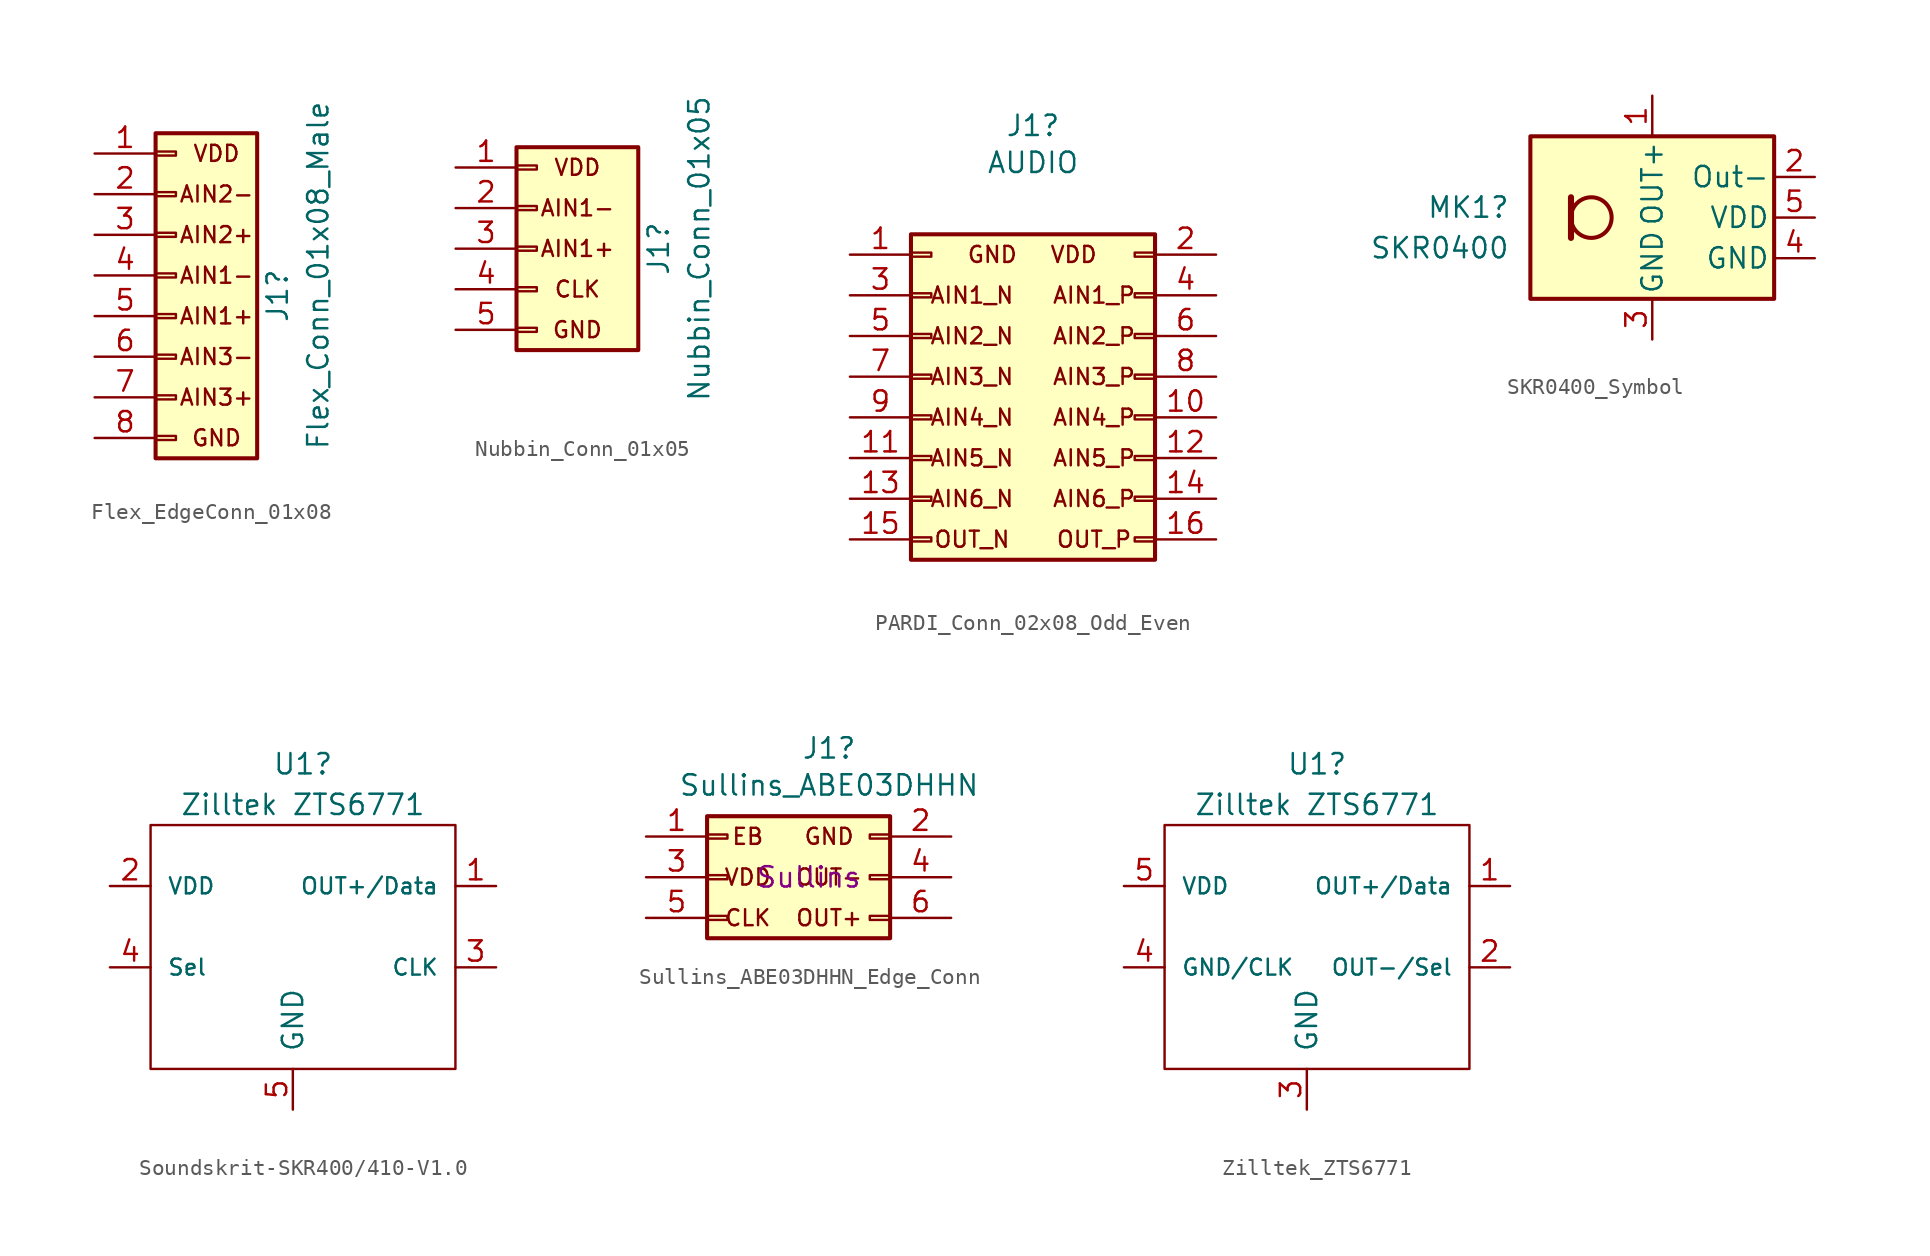
<source format=kicad_sym>
(kicad_symbol_lib
  (version 20231120)
  (generator "kicad_symbol_editor")
  (generator_version "8.0")
  (symbol "Flex_EdgeConn_01x08"
    (pin_names
      (offset 1.016) hide)
    (property "Reference" "J1"
      (at 6.35 -1.27 90)
      (effects (font (size 1.27 1.27))))
    (property "Value" "Flex_Conn_01x08_Male"
      (at 8.89 0 90)
      (effects (font (size 1.27 1.27))))
    (symbol "Flex_EdgeConn_01x08_1_1"
      (rectangle (start -1.27 -10.033) (end 0 -10.287) (stroke (width 0.152) (type default)) (fill (type none)))
      (rectangle (start -1.27 -7.493) (end 0 -7.747) (stroke (width 0.152) (type default)) (fill (type none)))
      (rectangle (start -1.27 -4.953) (end 0 -5.207) (stroke (width 0.152) (type default)) (fill (type none)))
      (rectangle (start -1.27 -2.413) (end 0 -2.667) (stroke (width 0.152) (type default)) (fill (type none)))
      (rectangle (start -1.27 0.127) (end 0 -0.127) (stroke (width 0.152) (type default)) (fill (type none)))
      (rectangle (start -1.27 2.667) (end 0 2.413) (stroke (width 0.152) (type default)) (fill (type none)))
      (rectangle (start -1.27 5.207) (end 0 4.953) (stroke (width 0.152) (type default)) (fill (type none)))
      (rectangle (start -1.27 7.747) (end 0 7.493) (stroke (width 0.152) (type default)) (fill (type none)))
      (rectangle (start -1.27 8.89) (end 5.08 -11.43) (stroke (width 0.254) (type default)) (fill (type background)))
      (text "AIN1+" (at 2.54 -2.54 0) (effects (font (size 1 1))))
      (text "AIN1-" (at 2.54 0 0) (effects (font (size 1 1))))
      (text "AIN2+" (at 2.54 2.54 0) (effects (font (size 1 1))))
      (text "AIN2-" (at 2.54 5.08 0) (effects (font (size 1 1))))
      (text "AIN3+" (at 2.54 -7.62 0) (effects (font (size 1 1))))
      (text "AIN3-" (at 2.54 -5.08 0) (effects (font (size 1 1))))
      (text "GND" (at 2.54 -10.16 0) (effects (font (size 1 1))))
      (text "VDD" (at 2.54 7.62 0) (effects (font (size 1 1))))
      (pin passive line (at -5.08 7.62 0) (length 3.81) (name "Pin_1" (effects (font (size 1.27 1.27)))) (number "1" (effects (font (size 1.27 1.27)))))
      (pin passive line (at -5.08 5.08 0) (length 3.81) (name "Pin_2" (effects (font (size 1.27 1.27)))) (number "2" (effects (font (size 1.27 1.27)))))
      (pin passive line (at -5.08 2.54 0) (length 3.81) (name "Pin_3" (effects (font (size 1.27 1.27)))) (number "3" (effects (font (size 1.27 1.27)))))
      (pin passive line (at -5.08 0 0) (length 3.81) (name "Pin_4" (effects (font (size 1.27 1.27)))) (number "4" (effects (font (size 1.27 1.27)))))
      (pin passive line (at -5.08 -2.54 0) (length 3.81) (name "Pin_5" (effects (font (size 1.27 1.27)))) (number "5" (effects (font (size 1.27 1.27)))))
      (pin passive line (at -5.08 -5.08 0) (length 3.81) (name "Pin_6" (effects (font (size 1.27 1.27)))) (number "6" (effects (font (size 1.27 1.27)))))
      (pin passive line (at -5.08 -7.62 0) (length 3.81) (name "Pin_7" (effects (font (size 1.27 1.27)))) (number "7" (effects (font (size 1.27 1.27)))))
      (pin passive line (at -5.08 -10.16 0) (length 3.81) (name "Pin_8" (effects (font (size 1.27 1.27)))) (number "8" (effects (font (size 1.27 1.27)))))))
  (symbol "Nubbin_Conn_01x05"
    (pin_names
      (offset 1.016) hide)
    (property "Reference" "J1"
      (at 7.62 0 90)
      (effects (font (size 1.27 1.27))))
    (property "Value" "Nubbin_Conn_01x05"
      (at 10.16 0 90)
      (effects (font (size 1.27 1.27))))
    (symbol "Nubbin_Conn_01x05_1_1"
      (rectangle (start -1.27 -4.953) (end 0 -5.207) (stroke (width 0.152) (type default)) (fill (type none)))
      (rectangle (start -1.27 -2.413) (end 0 -2.667) (stroke (width 0.152) (type default)) (fill (type none)))
      (rectangle (start -1.27 0.127) (end 0 -0.127) (stroke (width 0.152) (type default)) (fill (type none)))
      (rectangle (start -1.27 2.667) (end 0 2.413) (stroke (width 0.152) (type default)) (fill (type none)))
      (rectangle (start -1.27 5.207) (end 0 4.953) (stroke (width 0.152) (type default)) (fill (type none)))
      (rectangle (start -1.27 6.35) (end 6.35 -6.35) (stroke (width 0.254) (type default)) (fill (type background)))
      (text "AIN1+" (at 2.54 0 0) (effects (font (size 1 1))))
      (text "AIN1-" (at 2.54 2.54 0) (effects (font (size 1 1))))
      (text "CLK" (at 2.54 -2.54 0) (effects (font (size 1 1))))
      (text "GND" (at 2.54 -5.08 0) (effects (font (size 1 1))))
      (text "VDD" (at 2.54 5.08 0) (effects (font (size 1 1))))
      (pin passive line (at -5.08 5.08 0) (length 3.81) (name "Pin_1" (effects (font (size 1.27 1.27)))) (number "1" (effects (font (size 1.27 1.27)))))
      (pin passive line (at -5.08 2.54 0) (length 3.81) (name "Pin_2" (effects (font (size 1.27 1.27)))) (number "2" (effects (font (size 1.27 1.27)))))
      (pin passive line (at -5.08 0 0) (length 3.81) (name "Pin_3" (effects (font (size 1.27 1.27)))) (number "3" (effects (font (size 1.27 1.27)))))
      (pin passive line (at -5.08 -2.54 0) (length 3.81) (name "Pin_4" (effects (font (size 1.27 1.27)))) (number "4" (effects (font (size 1.27 1.27)))))
      (pin passive line (at -5.08 -5.08 0) (length 3.81) (name "Pin_5" (effects (font (size 1.27 1.27)))) (number "5" (effects (font (size 1.27 1.27)))))))
  (symbol "PARDI_Conn_02x08_Odd_Even"
    (pin_names
      (offset 1.016) hide)
    (property "Reference" "J1"
      (at 1.27 15.672 0)
      (effects (font (size 1.27 1.27))))
    (property "Value" "AUDIO"
      (at 1.27 13.36 0)
      (effects (font (size 1.27 1.27))))
    (symbol "PARDI_Conn_02x08_Odd_Even_1_1"
      (rectangle (start -6.35 -10.033) (end -5.08 -10.287) (stroke (width 0.152) (type default)) (fill (type none)))
      (rectangle (start -6.35 -7.493) (end -5.08 -7.747) (stroke (width 0.152) (type default)) (fill (type none)))
      (rectangle (start -6.35 -4.953) (end -5.08 -5.207) (stroke (width 0.152) (type default)) (fill (type none)))
      (rectangle (start -6.35 -2.413) (end -5.08 -2.667) (stroke (width 0.152) (type default)) (fill (type none)))
      (rectangle (start -6.35 0.127) (end -5.08 -0.127) (stroke (width 0.152) (type default)) (fill (type none)))
      (rectangle (start -6.35 2.667) (end -5.08 2.413) (stroke (width 0.152) (type default)) (fill (type none)))
      (rectangle (start -6.35 5.207) (end -5.08 4.953) (stroke (width 0.152) (type default)) (fill (type none)))
      (rectangle (start -6.35 7.747) (end -5.08 7.493) (stroke (width 0.152) (type default)) (fill (type none)))
      (rectangle (start -6.35 8.89) (end 8.89 -11.43) (stroke (width 0.254) (type default)) (fill (type background)))
      (rectangle (start 7.62 -10.033) (end 8.89 -10.287) (stroke (width 0.152) (type default)) (fill (type none)))
      (rectangle (start 7.62 -7.493) (end 8.89 -7.747) (stroke (width 0.152) (type default)) (fill (type none)))
      (rectangle (start 7.62 -4.953) (end 8.89 -5.207) (stroke (width 0.152) (type default)) (fill (type none)))
      (rectangle (start 7.62 -2.413) (end 8.89 -2.667) (stroke (width 0.152) (type default)) (fill (type none)))
      (rectangle (start 7.62 0.127) (end 8.89 -0.127) (stroke (width 0.152) (type default)) (fill (type none)))
      (rectangle (start 7.62 2.667) (end 8.89 2.413) (stroke (width 0.152) (type default)) (fill (type none)))
      (rectangle (start 7.62 5.207) (end 8.89 4.953) (stroke (width 0.152) (type default)) (fill (type none)))
      (rectangle (start 8.89 7.747) (end 7.62 7.493) (stroke (width 0.152) (type default)) (fill (type none)))
      (text "AIN1_N" (at -2.54 5.08 0) (effects (font (size 1 1))))
      (text "AIN1_P" (at 5.08 5.08 0) (effects (font (size 1 1))))
      (text "AIN2_N" (at -2.54 2.54 0) (effects (font (size 1 1))))
      (text "AIN2_P" (at 5.08 2.54 0) (effects (font (size 1 1))))
      (text "AIN3_N" (at -2.54 0 0) (effects (font (size 1 1))))
      (text "AIN3_P" (at 5.08 0 0) (effects (font (size 1 1))))
      (text "AIN4_N" (at -2.54 -2.54 0) (effects (font (size 1 1))))
      (text "AIN4_P" (at 5.08 -2.54 0) (effects (font (size 1 1))))
      (text "AIN5_N" (at -2.54 -5.08 0) (effects (font (size 1 1))))
      (text "AIN5_P" (at 5.08 -5.08 0) (effects (font (size 1 1))))
      (text "AIN6_N" (at -2.54 -7.62 0) (effects (font (size 1 1))))
      (text "AIN6_P" (at 5.08 -7.62 0) (effects (font (size 1 1))))
      (text "GND" (at -1.27 7.62 0) (effects (font (size 1 1))))
      (text "OUT_N" (at -2.54 -10.16 0) (effects (font (size 1 1))))
      (text "OUT_P" (at 5.08 -10.16 0) (effects (font (size 1 1))))
      (text "VDD" (at 3.81 7.62 0) (effects (font (size 1 1))))
      (pin passive line (at -10.16 7.62 0) (length 3.81) (name "Pin_1" (effects (font (size 1.27 1.27)))) (number "1" (effects (font (size 1.27 1.27)))))
      (pin passive line (at 12.7 -2.54 180) (length 3.81) (name "Pin_10" (effects (font (size 1.27 1.27)))) (number "10" (effects (font (size 1.27 1.27)))))
      (pin passive line (at -10.16 -5.08 0) (length 3.81) (name "Pin_11" (effects (font (size 1.27 1.27)))) (number "11" (effects (font (size 1.27 1.27)))))
      (pin passive line (at 12.7 -5.08 180) (length 3.81) (name "Pin_12" (effects (font (size 1.27 1.27)))) (number "12" (effects (font (size 1.27 1.27)))))
      (pin passive line (at -10.16 -7.62 0) (length 3.81) (name "Pin_13" (effects (font (size 1.27 1.27)))) (number "13" (effects (font (size 1.27 1.27)))))
      (pin passive line (at 12.7 -7.62 180) (length 3.81) (name "Pin_14" (effects (font (size 1.27 1.27)))) (number "14" (effects (font (size 1.27 1.27)))))
      (pin passive line (at -10.16 -10.16 0) (length 3.81) (name "Pin_15" (effects (font (size 1.27 1.27)))) (number "15" (effects (font (size 1.27 1.27)))))
      (pin passive line (at 12.7 -10.16 180) (length 3.81) (name "Pin_16" (effects (font (size 1.27 1.27)))) (number "16" (effects (font (size 1.27 1.27)))))
      (pin passive line (at 12.7 7.62 180) (length 3.81) (name "Pin_2" (effects (font (size 1.27 1.27)))) (number "2" (effects (font (size 1.27 1.27)))))
      (pin passive line (at -10.16 5.08 0) (length 3.81) (name "Pin_3" (effects (font (size 1.27 1.27)))) (number "3" (effects (font (size 1.27 1.27)))))
      (pin passive line (at 12.7 5.08 180) (length 3.81) (name "Pin_4" (effects (font (size 1.27 1.27)))) (number "4" (effects (font (size 1.27 1.27)))))
      (pin passive line (at -10.16 2.54 0) (length 3.81) (name "Pin_5" (effects (font (size 1.27 1.27)))) (number "5" (effects (font (size 1.27 1.27)))))
      (pin passive line (at 12.7 2.54 180) (length 3.81) (name "Pin_6" (effects (font (size 1.27 1.27)))) (number "6" (effects (font (size 1.27 1.27)))))
      (pin passive line (at -10.16 0 0) (length 3.81) (name "Pin_7" (effects (font (size 1.27 1.27)))) (number "7" (effects (font (size 1.27 1.27)))))
      (pin passive line (at 12.7 0 180) (length 3.81) (name "Pin_8" (effects (font (size 1.27 1.27)))) (number "8" (effects (font (size 1.27 1.27)))))
      (pin passive line (at -10.16 -2.54 0) (length 3.81) (name "Pin_9" (effects (font (size 1.27 1.27)))) (number "9" (effects (font (size 1.27 1.27)))))))
  (symbol "SKR0400_Symbol"
    (pin_names
      (offset 0.254))
    (property "Reference" "MK1"
      (at -8.89 0.635 0)
      (effects (font (size 1.27 1.27)) (justify right)))
    (property "Value" "SKR0400"
      (at -8.89 -1.905 0)
      (effects (font (size 1.27 1.27)) (justify right)))
    (symbol "SKR0400_Symbol_0_1"
      (rectangle (start -7.62 5.08) (end 7.62 -5.08) (stroke (width 0.254) (type default)) (fill (type background)))
      (circle (center -3.81 0) (radius 1.27) (stroke (width 0.254) (type default)) (fill (type none)))
      (polyline (pts (xy -5.08 1.27) (xy -5.08 -1.27)) (stroke (width 0.381) (type default)) (fill (type none))))
    (symbol "SKR0400_Symbol_1_1"
      (pin output line (at 0 7.62 270) (length 2.54) (name "OUT+" (effects (font (size 1.27 1.27)))) (number "1" (effects (font (size 1.27 1.27)))))
      (pin output line (at 10.16 2.54 180) (length 2.54) (name "Out-" (effects (font (size 1.27 1.27)))) (number "2" (effects (font (size 1.27 1.27)))))
      (pin power_in line (at 0 -7.62 90) (length 2.54) (name "GND" (effects (font (size 1.27 1.27)))) (number "3" (effects (font (size 1.27 1.27)))))
      (pin power_in line (at 10.16 -2.54 180) (length 2.54) (name "GND" (effects (font (size 1.27 1.27)))) (number "4" (effects (font (size 1.27 1.27)))))
      (pin power_in line (at 10.16 0 180) (length 2.54) (name "VDD" (effects (font (size 1.27 1.27)))) (number "5" (effects (font (size 1.27 1.27)))))))
  (symbol "Soundskrit-SKR400/410-V1.0"
    (pin_names
      (offset 1.016))
    (property "Reference" "U1"
      (at 5.715 2.54 0)
      (effects (font (size 1.27 1.27))))
    (property "Value" "Zilltek ZTS6771"
      (at 5.715 0 0)
      (effects (font (size 1.27 1.27))))
    (symbol "Soundskrit-SKR400/410-V1.0_0_1"
      (polyline (pts (xy -3.81 -1.27) (xy 15.24 -1.27) (xy 15.24 -16.51) (xy 0 -16.51) (xy -3.81 -16.51) (xy -3.81 -8.89) (xy -3.81 -1.27)) (stroke (width 0) (type default)) (fill (type none))))
    (symbol "Soundskrit-SKR400/410-V1.0_1_1"
      (pin input line (at 17.78 -5.08 180) (length 2.54) (name "OUT+/Data" (effects (font (size 1 1)))) (number "1" (effects (font (size 1.27 1.27)))))
      (pin power_in line (at -6.35 -5.08 0) (length 2.54) (name "VDD" (effects (font (size 1 1)))) (number "2" (effects (font (size 1.27 1.27)))))
      (pin input line (at 17.78 -10.16 180) (length 2.54) (name "CLK" (effects (font (size 1 1)))) (number "3" (effects (font (size 1.27 1.27)))))
      (pin input line (at -6.35 -10.16 0) (length 2.54) (name "Sel" (effects (font (size 1 1)))) (number "4" (effects (font (size 1.27 1.27)))))
      (pin power_in line (at 5.08 -19.05 90) (length 2.54) (name "GND" (effects (font (size 1.27 1.27)))) (number "5" (effects (font (size 1.27 1.27)))))))
  (symbol "Sullins_ABE03DHHN_Edge_Conn"
    (pin_names
      (offset 1.016) hide)
    (property "Reference" "J1"
      (at 1.27 8.052 0)
      (effects (font (size 1.27 1.27))))
    (property "Value" "Sullins_ABE03DHHN"
      (at 1.27 5.74 0)
      (effects (font (size 1.27 1.27))))
    (property "Manufacturer" "Sullins"
      (at 0 0 0)
      (effects (font (size 1.27 1.27))))
    (symbol "Sullins_ABE03DHHN_Edge_Conn_1_1"
      (rectangle (start -6.35 -2.413) (end -5.08 -2.667) (stroke (width 0.152) (type default)) (fill (type none)))
      (rectangle (start -6.35 0.127) (end -5.08 -0.127) (stroke (width 0.152) (type default)) (fill (type none)))
      (rectangle (start -6.35 2.667) (end -5.08 2.413) (stroke (width 0.152) (type default)) (fill (type none)))
      (rectangle (start -6.35 3.81) (end 5.08 -3.81) (stroke (width 0.254) (type default)) (fill (type background)))
      (rectangle (start 3.81 -2.413) (end 5.08 -2.667) (stroke (width 0.152) (type default)) (fill (type none)))
      (rectangle (start 3.81 0.127) (end 5.08 -0.127) (stroke (width 0.152) (type default)) (fill (type none)))
      (rectangle (start 3.81 2.667) (end 5.08 2.413) (stroke (width 0.152) (type default)) (fill (type none)))
      (text "CLK" (at -3.81 -2.54 0) (effects (font (size 1 1))))
      (text "EB" (at -3.81 2.54 0) (effects (font (size 1 1))))
      (text "GND" (at 1.27 2.54 0) (effects (font (size 1 1))))
      (text "OUT+" (at 1.27 -2.54 0) (effects (font (size 1 1))))
      (text "OUT-" (at 1.27 0 0) (effects (font (size 1 1))))
      (text "VDD" (at -3.81 0 0) (effects (font (size 1 1))))
      (pin passive line (at -10.16 2.54 0) (length 3.81) (name "Pin_1" (effects (font (size 1.27 1.27)))) (number "1" (effects (font (size 1.27 1.27)))))
      (pin passive line (at 8.89 2.54 180) (length 3.81) (name "Pin_2" (effects (font (size 1.27 1.27)))) (number "2" (effects (font (size 1.27 1.27)))))
      (pin passive line (at -10.16 0 0) (length 3.81) (name "Pin_3" (effects (font (size 1.27 1.27)))) (number "3" (effects (font (size 1.27 1.27)))))
      (pin passive line (at 8.89 0 180) (length 3.81) (name "Pin_4" (effects (font (size 1.27 1.27)))) (number "4" (effects (font (size 1.27 1.27)))))
      (pin passive line (at -10.16 -2.54 0) (length 3.81) (name "Pin_5" (effects (font (size 1.27 1.27)))) (number "5" (effects (font (size 1.27 1.27)))))
      (pin passive line (at 8.89 -2.54 180) (length 3.81) (name "Pin_6" (effects (font (size 1.27 1.27)))) (number "6" (effects (font (size 1.27 1.27)))))))
  (symbol "Zilltek_ZTS6771"
    (pin_names
      (offset 1.016))
    (property "Reference" "U1"
      (at 5.715 2.54 0)
      (effects (font (size 1.27 1.27))))
    (property "Value" "Zilltek ZTS6771"
      (at 5.715 0 0)
      (effects (font (size 1.27 1.27))))
    (symbol "Zilltek_ZTS6771_0_1"
      (polyline (pts (xy -3.81 -1.27) (xy 15.24 -1.27) (xy 15.24 -16.51) (xy 0 -16.51) (xy -3.81 -16.51) (xy -3.81 -8.89) (xy -3.81 -1.27)) (stroke (width 0) (type default)) (fill (type none))))
    (symbol "Zilltek_ZTS6771_1_1"
      (pin input line (at 17.78 -5.08 180) (length 2.54) (name "OUT+/Data" (effects (font (size 1 1)))) (number "1" (effects (font (size 1.27 1.27)))))
      (pin input line (at 17.78 -10.16 180) (length 2.54) (name "OUT-/Sel" (effects (font (size 1 1)))) (number "2" (effects (font (size 1.27 1.27)))))
      (pin power_in line (at 5.08 -19.05 90) (length 2.54) (name "GND" (effects (font (size 1.27 1.27)))) (number "3" (effects (font (size 1.27 1.27)))))
      (pin power_in line (at -6.35 -10.16 0) (length 2.54) (name "GND/CLK" (effects (font (size 1 1)))) (number "4" (effects (font (size 1.27 1.27)))))
      (pin power_in line (at -6.35 -5.08 0) (length 2.54) (name "VDD" (effects (font (size 1 1)))) (number "5" (effects (font (size 1.27 1.27))))))))
</source>
